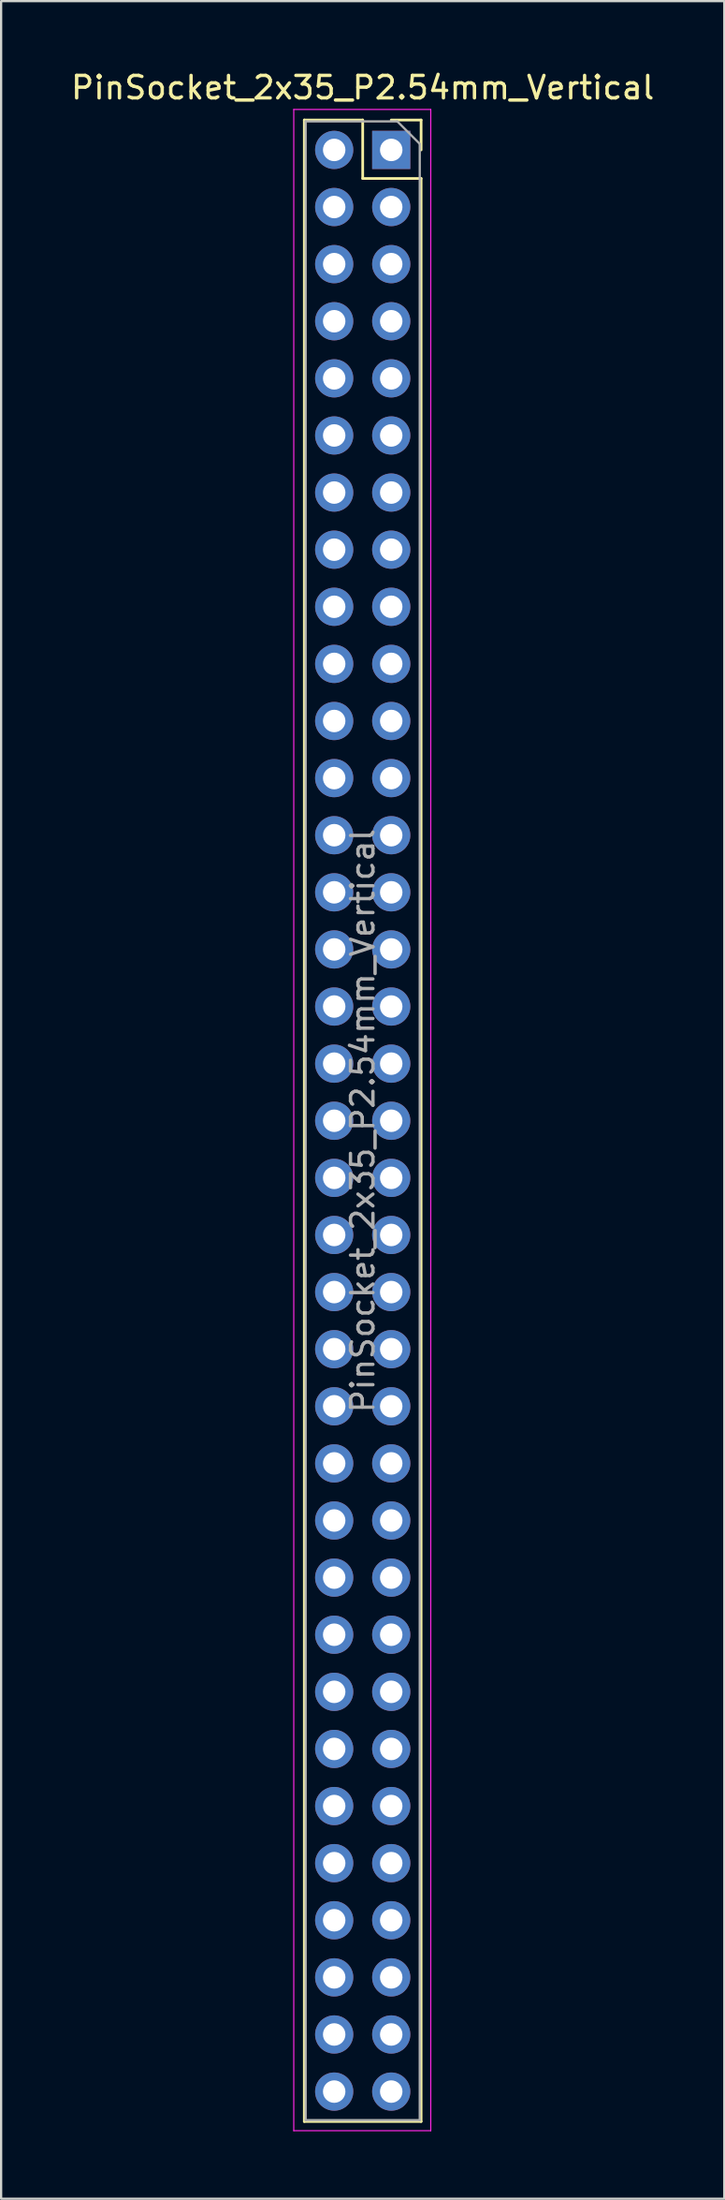
<source format=kicad_pcb>
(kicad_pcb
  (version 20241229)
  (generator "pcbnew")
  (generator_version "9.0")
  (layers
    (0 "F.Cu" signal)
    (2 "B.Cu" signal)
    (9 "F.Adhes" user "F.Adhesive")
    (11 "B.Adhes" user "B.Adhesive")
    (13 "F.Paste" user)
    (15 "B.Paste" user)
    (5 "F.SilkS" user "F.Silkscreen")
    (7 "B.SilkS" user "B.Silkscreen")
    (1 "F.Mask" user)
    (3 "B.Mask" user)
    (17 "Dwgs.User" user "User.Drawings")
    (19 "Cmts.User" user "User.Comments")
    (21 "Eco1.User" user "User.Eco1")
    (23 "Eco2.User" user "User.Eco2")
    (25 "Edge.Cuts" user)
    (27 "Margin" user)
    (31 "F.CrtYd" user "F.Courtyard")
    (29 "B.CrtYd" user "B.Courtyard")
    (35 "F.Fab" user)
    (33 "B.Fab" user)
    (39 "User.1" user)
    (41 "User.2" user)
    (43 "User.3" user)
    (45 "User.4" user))
  (footprint "PinSocket_2x35_P2.54mm_Vertical"
    (layer "F.Cu")
    (at 14.371 3.618)
    (property "Reference" "PinSocket_2x35_P2.54mm_Vertical" (at -1.27 -2.77 0) (layer "F.SilkS") (effects (font (size 1 1) (thickness 0.15))))
    (attr through_hole)
    (fp_line (start -3.87 -1.33) (end -3.87 87.69) (stroke (width 0.12) (type solid)) (layer "F.SilkS"))
    (fp_line (start -3.87 -1.33) (end -1.27 -1.33) (stroke (width 0.12) (type solid)) (layer "F.SilkS"))
    (fp_line (start -3.87 87.69) (end 1.33 87.69) (stroke (width 0.12) (type solid)) (layer "F.SilkS"))
    (fp_line (start -1.27 -1.33) (end -1.27 1.27) (stroke (width 0.12) (type solid)) (layer "F.SilkS"))
    (fp_line (start -1.27 1.27) (end 1.33 1.27) (stroke (width 0.12) (type solid)) (layer "F.SilkS"))
    (fp_line (start 0 -1.33) (end 1.33 -1.33) (stroke (width 0.12) (type solid)) (layer "F.SilkS"))
    (fp_line (start 1.33 -1.33) (end 1.33 0) (stroke (width 0.12) (type solid)) (layer "F.SilkS"))
    (fp_line (start 1.33 1.27) (end 1.33 87.69) (stroke (width 0.12) (type solid)) (layer "F.SilkS"))
    (fp_line (start -4.34 -1.8) (end 1.76 -1.8) (stroke (width 0.05) (type solid)) (layer "F.CrtYd"))
    (fp_line (start -4.34 88.1) (end -4.34 -1.8) (stroke (width 0.05) (type solid)) (layer "F.CrtYd"))
    (fp_line (start 1.76 -1.8) (end 1.76 88.1) (stroke (width 0.05) (type solid)) (layer "F.CrtYd"))
    (fp_line (start 1.76 88.1) (end -4.34 88.1) (stroke (width 0.05) (type solid)) (layer "F.CrtYd"))
    (fp_line (start -3.81 -1.27) (end 0.27 -1.27) (stroke (width 0.1) (type solid)) (layer "F.Fab"))
    (fp_line (start -3.81 87.63) (end -3.81 -1.27) (stroke (width 0.1) (type solid)) (layer "F.Fab"))
    (fp_line (start 0.27 -1.27) (end 1.27 -0.27) (stroke (width 0.1) (type solid)) (layer "F.Fab"))
    (fp_line (start 1.27 -0.27) (end 1.27 87.63) (stroke (width 0.1) (type solid)) (layer "F.Fab"))
    (fp_line (start 1.27 87.63) (end -3.81 87.63) (stroke (width 0.1) (type solid)) (layer "F.Fab"))
    (fp_text user "${REFERENCE}" (at -1.27 43.18 90) (layer "F.Fab") (effects (font (size 1 1) (thickness 0.15))))
    (pad "1" thru_hole rect (at 0 0) (size 1.7 1.7) (drill 1) (layers "*.Cu" "*.Mask"))
    (pad "2" thru_hole oval (at -2.54 0) (size 1.7 1.7) (drill 1) (layers "*.Cu" "*.Mask"))
    (pad "3" thru_hole oval (at 0 2.54) (size 1.7 1.7) (drill 1) (layers "*.Cu" "*.Mask"))
    (pad "4" thru_hole oval (at -2.54 2.54) (size 1.7 1.7) (drill 1) (layers "*.Cu" "*.Mask"))
    (pad "5" thru_hole oval (at 0 5.08) (size 1.7 1.7) (drill 1) (layers "*.Cu" "*.Mask"))
    (pad "6" thru_hole oval (at -2.54 5.08) (size 1.7 1.7) (drill 1) (layers "*.Cu" "*.Mask"))
    (pad "7" thru_hole oval (at 0 7.62) (size 1.7 1.7) (drill 1) (layers "*.Cu" "*.Mask"))
    (pad "8" thru_hole oval (at -2.54 7.62) (size 1.7 1.7) (drill 1) (layers "*.Cu" "*.Mask"))
    (pad "9" thru_hole oval (at 0 10.16) (size 1.7 1.7) (drill 1) (layers "*.Cu" "*.Mask"))
    (pad "10" thru_hole oval (at -2.54 10.16) (size 1.7 1.7) (drill 1) (layers "*.Cu" "*.Mask"))
    (pad "11" thru_hole oval (at 0 12.7) (size 1.7 1.7) (drill 1) (layers "*.Cu" "*.Mask"))
    (pad "12" thru_hole oval (at -2.54 12.7) (size 1.7 1.7) (drill 1) (layers "*.Cu" "*.Mask"))
    (pad "13" thru_hole oval (at 0 15.24) (size 1.7 1.7) (drill 1) (layers "*.Cu" "*.Mask"))
    (pad "14" thru_hole oval (at -2.54 15.24) (size 1.7 1.7) (drill 1) (layers "*.Cu" "*.Mask"))
    (pad "15" thru_hole oval (at 0 17.78) (size 1.7 1.7) (drill 1) (layers "*.Cu" "*.Mask"))
    (pad "16" thru_hole oval (at -2.54 17.78) (size 1.7 1.7) (drill 1) (layers "*.Cu" "*.Mask"))
    (pad "17" thru_hole oval (at 0 20.32) (size 1.7 1.7) (drill 1) (layers "*.Cu" "*.Mask"))
    (pad "18" thru_hole oval (at -2.54 20.32) (size 1.7 1.7) (drill 1) (layers "*.Cu" "*.Mask"))
    (pad "19" thru_hole oval (at 0 22.86) (size 1.7 1.7) (drill 1) (layers "*.Cu" "*.Mask"))
    (pad "20" thru_hole oval (at -2.54 22.86) (size 1.7 1.7) (drill 1) (layers "*.Cu" "*.Mask"))
    (pad "21" thru_hole oval (at 0 25.4) (size 1.7 1.7) (drill 1) (layers "*.Cu" "*.Mask"))
    (pad "22" thru_hole oval (at -2.54 25.4) (size 1.7 1.7) (drill 1) (layers "*.Cu" "*.Mask"))
    (pad "23" thru_hole oval (at 0 27.94) (size 1.7 1.7) (drill 1) (layers "*.Cu" "*.Mask"))
    (pad "24" thru_hole oval (at -2.54 27.94) (size 1.7 1.7) (drill 1) (layers "*.Cu" "*.Mask"))
    (pad "25" thru_hole oval (at 0 30.48) (size 1.7 1.7) (drill 1) (layers "*.Cu" "*.Mask"))
    (pad "26" thru_hole oval (at -2.54 30.48) (size 1.7 1.7) (drill 1) (layers "*.Cu" "*.Mask"))
    (pad "27" thru_hole oval (at 0 33.02) (size 1.7 1.7) (drill 1) (layers "*.Cu" "*.Mask"))
    (pad "28" thru_hole oval (at -2.54 33.02) (size 1.7 1.7) (drill 1) (layers "*.Cu" "*.Mask"))
    (pad "29" thru_hole oval (at 0 35.56) (size 1.7 1.7) (drill 1) (layers "*.Cu" "*.Mask"))
    (pad "30" thru_hole oval (at -2.54 35.56) (size 1.7 1.7) (drill 1) (layers "*.Cu" "*.Mask"))
    (pad "31" thru_hole oval (at 0 38.1) (size 1.7 1.7) (drill 1) (layers "*.Cu" "*.Mask"))
    (pad "32" thru_hole oval (at -2.54 38.1) (size 1.7 1.7) (drill 1) (layers "*.Cu" "*.Mask"))
    (pad "33" thru_hole oval (at 0 40.64) (size 1.7 1.7) (drill 1) (layers "*.Cu" "*.Mask"))
    (pad "34" thru_hole oval (at -2.54 40.64) (size 1.7 1.7) (drill 1) (layers "*.Cu" "*.Mask"))
    (pad "35" thru_hole oval (at 0 43.18) (size 1.7 1.7) (drill 1) (layers "*.Cu" "*.Mask"))
    (pad "36" thru_hole oval (at -2.54 43.18) (size 1.7 1.7) (drill 1) (layers "*.Cu" "*.Mask"))
    (pad "37" thru_hole oval (at 0 45.72) (size 1.7 1.7) (drill 1) (layers "*.Cu" "*.Mask"))
    (pad "38" thru_hole oval (at -2.54 45.72) (size 1.7 1.7) (drill 1) (layers "*.Cu" "*.Mask"))
    (pad "39" thru_hole oval (at 0 48.26) (size 1.7 1.7) (drill 1) (layers "*.Cu" "*.Mask"))
    (pad "40" thru_hole oval (at -2.54 48.26) (size 1.7 1.7) (drill 1) (layers "*.Cu" "*.Mask"))
    (pad "41" thru_hole oval (at 0 50.8) (size 1.7 1.7) (drill 1) (layers "*.Cu" "*.Mask"))
    (pad "42" thru_hole oval (at -2.54 50.8) (size 1.7 1.7) (drill 1) (layers "*.Cu" "*.Mask"))
    (pad "43" thru_hole oval (at 0 53.34) (size 1.7 1.7) (drill 1) (layers "*.Cu" "*.Mask"))
    (pad "44" thru_hole oval (at -2.54 53.34) (size 1.7 1.7) (drill 1) (layers "*.Cu" "*.Mask"))
    (pad "45" thru_hole oval (at 0 55.88) (size 1.7 1.7) (drill 1) (layers "*.Cu" "*.Mask"))
    (pad "46" thru_hole oval (at -2.54 55.88) (size 1.7 1.7) (drill 1) (layers "*.Cu" "*.Mask"))
    (pad "47" thru_hole oval (at 0 58.42) (size 1.7 1.7) (drill 1) (layers "*.Cu" "*.Mask"))
    (pad "48" thru_hole oval (at -2.54 58.42) (size 1.7 1.7) (drill 1) (layers "*.Cu" "*.Mask"))
    (pad "49" thru_hole oval (at 0 60.96) (size 1.7 1.7) (drill 1) (layers "*.Cu" "*.Mask"))
    (pad "50" thru_hole oval (at -2.54 60.96) (size 1.7 1.7) (drill 1) (layers "*.Cu" "*.Mask"))
    (pad "51" thru_hole oval (at 0 63.5) (size 1.7 1.7) (drill 1) (layers "*.Cu" "*.Mask"))
    (pad "52" thru_hole oval (at -2.54 63.5) (size 1.7 1.7) (drill 1) (layers "*.Cu" "*.Mask"))
    (pad "53" thru_hole oval (at 0 66.04) (size 1.7 1.7) (drill 1) (layers "*.Cu" "*.Mask"))
    (pad "54" thru_hole oval (at -2.54 66.04) (size 1.7 1.7) (drill 1) (layers "*.Cu" "*.Mask"))
    (pad "55" thru_hole oval (at 0 68.58) (size 1.7 1.7) (drill 1) (layers "*.Cu" "*.Mask"))
    (pad "56" thru_hole oval (at -2.54 68.58) (size 1.7 1.7) (drill 1) (layers "*.Cu" "*.Mask"))
    (pad "57" thru_hole oval (at 0 71.12) (size 1.7 1.7) (drill 1) (layers "*.Cu" "*.Mask"))
    (pad "58" thru_hole oval (at -2.54 71.12) (size 1.7 1.7) (drill 1) (layers "*.Cu" "*.Mask"))
    (pad "59" thru_hole oval (at 0 73.66) (size 1.7 1.7) (drill 1) (layers "*.Cu" "*.Mask"))
    (pad "60" thru_hole oval (at -2.54 73.66) (size 1.7 1.7) (drill 1) (layers "*.Cu" "*.Mask"))
    (pad "61" thru_hole oval (at 0 76.2) (size 1.7 1.7) (drill 1) (layers "*.Cu" "*.Mask"))
    (pad "62" thru_hole oval (at -2.54 76.2) (size 1.7 1.7) (drill 1) (layers "*.Cu" "*.Mask"))
    (pad "63" thru_hole oval (at 0 78.74) (size 1.7 1.7) (drill 1) (layers "*.Cu" "*.Mask"))
    (pad "64" thru_hole oval (at -2.54 78.74) (size 1.7 1.7) (drill 1) (layers "*.Cu" "*.Mask"))
    (pad "65" thru_hole oval (at 0 81.28) (size 1.7 1.7) (drill 1) (layers "*.Cu" "*.Mask"))
    (pad "66" thru_hole oval (at -2.54 81.28) (size 1.7 1.7) (drill 1) (layers "*.Cu" "*.Mask"))
    (pad "67" thru_hole oval (at 0 83.82) (size 1.7 1.7) (drill 1) (layers "*.Cu" "*.Mask"))
    (pad "68" thru_hole oval (at -2.54 83.82) (size 1.7 1.7) (drill 1) (layers "*.Cu" "*.Mask"))
    (pad "69" thru_hole oval (at 0 86.36) (size 1.7 1.7) (drill 1) (layers "*.Cu" "*.Mask"))
    (pad "70" thru_hole oval (at -2.54 86.36) (size 1.7 1.7) (drill 1) (layers "*.Cu" "*.Mask")))
  (gr_rect
    (start -3 -3)
    (end 29.202 94.743)
    (stroke (width 0.1) (type default))
    (fill no)
    (layer "Edge.Cuts")))
</source>
